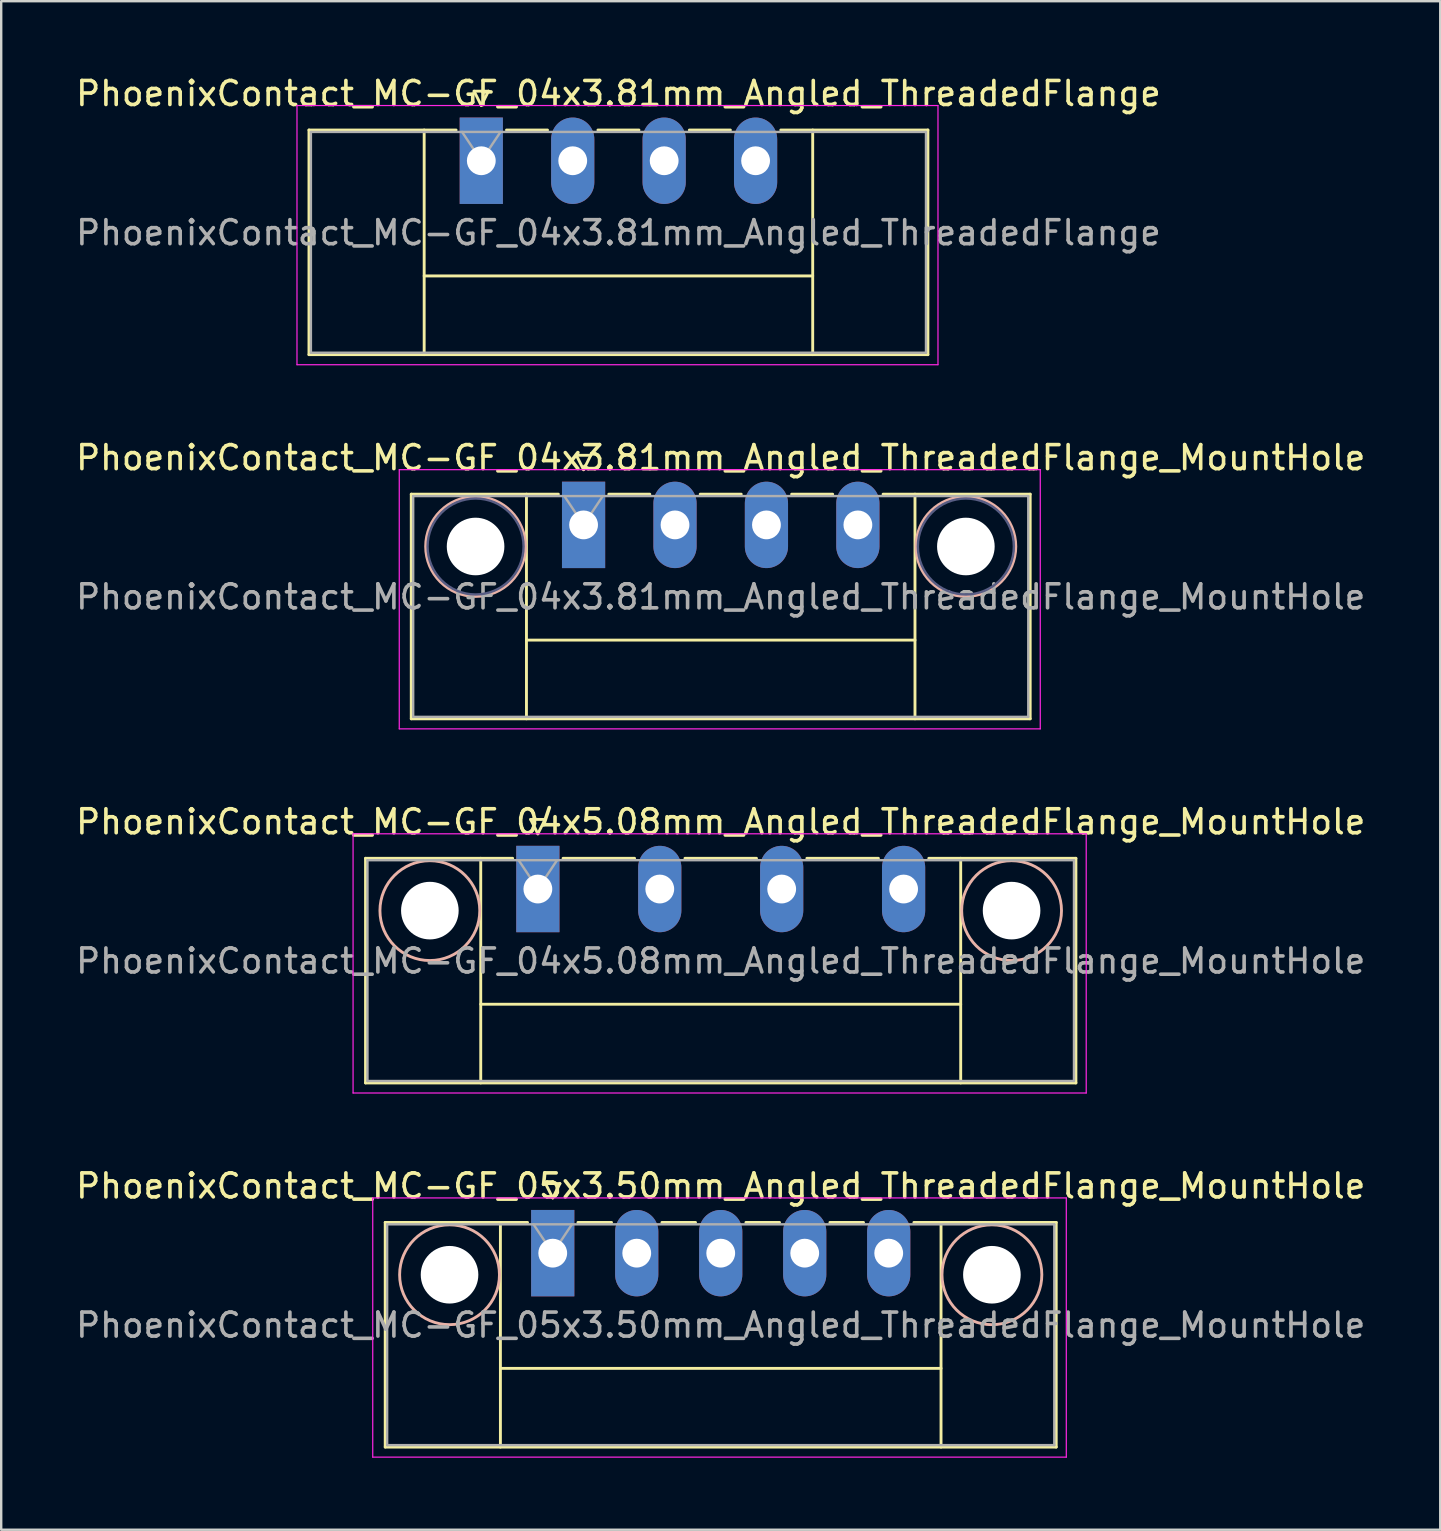
<source format=kicad_pcb>
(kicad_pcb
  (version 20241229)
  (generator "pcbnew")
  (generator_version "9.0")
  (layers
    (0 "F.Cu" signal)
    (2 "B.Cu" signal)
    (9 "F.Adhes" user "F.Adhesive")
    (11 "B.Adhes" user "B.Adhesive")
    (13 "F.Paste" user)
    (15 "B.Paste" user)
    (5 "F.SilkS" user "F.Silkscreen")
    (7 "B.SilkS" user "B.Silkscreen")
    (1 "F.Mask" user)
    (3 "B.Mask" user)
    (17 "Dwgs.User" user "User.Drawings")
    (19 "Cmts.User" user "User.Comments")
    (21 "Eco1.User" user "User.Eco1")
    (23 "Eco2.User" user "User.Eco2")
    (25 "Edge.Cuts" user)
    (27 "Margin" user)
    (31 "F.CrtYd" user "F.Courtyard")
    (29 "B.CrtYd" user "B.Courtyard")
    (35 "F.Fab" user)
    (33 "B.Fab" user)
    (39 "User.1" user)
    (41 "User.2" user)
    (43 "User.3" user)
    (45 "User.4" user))
  (footprint "PhoenixContact_MC-GF_04x3.81mm_Angled_ThreadedFlange_MountHole"
    (layer "F.Cu")
    (at 21.267 18.822)
    (property "Reference" "PhoenixContact_MC-GF_04x3.81mm_Angled_ThreadedFlange_MountHole" (at 5.715 -2.8 0) (layer "F.SilkS") (effects (font (size 1 1) (thickness 0.15))))
    (attr through_hole)
    (fp_line (start -7.18 -1.28) (end -7.18 8.08) (stroke (width 0.12) (type solid)) (layer "F.SilkS"))
    (fp_line (start -7.18 -1.28) (end -1.05 -1.28) (stroke (width 0.12) (type solid)) (layer "F.SilkS"))
    (fp_line (start -7.18 8.08) (end 18.61 8.08) (stroke (width 0.12) (type solid)) (layer "F.SilkS"))
    (fp_line (start -2.38 -1.28) (end -2.38 8.08) (stroke (width 0.12) (type solid)) (layer "F.SilkS"))
    (fp_line (start -2.38 4.8) (end 13.81 4.8) (stroke (width 0.12) (type solid)) (layer "F.SilkS"))
    (fp_line (start -0.3 -2.9) (end 0.3 -2.9) (stroke (width 0.12) (type solid)) (layer "F.SilkS"))
    (fp_line (start 0 -2.3) (end -0.3 -2.9) (stroke (width 0.12) (type solid)) (layer "F.SilkS"))
    (fp_line (start 0.3 -2.9) (end 0 -2.3) (stroke (width 0.12) (type solid)) (layer "F.SilkS"))
    (fp_line (start 1.05 -1.28) (end 2.76 -1.28) (stroke (width 0.12) (type solid)) (layer "F.SilkS"))
    (fp_line (start 4.86 -1.28) (end 6.57 -1.28) (stroke (width 0.12) (type solid)) (layer "F.SilkS"))
    (fp_line (start 8.67 -1.28) (end 10.38 -1.28) (stroke (width 0.12) (type solid)) (layer "F.SilkS"))
    (fp_line (start 13.81 -1.28) (end 13.81 8.08) (stroke (width 0.12) (type solid)) (layer "F.SilkS"))
    (fp_line (start 18.61 -1.28) (end 12.48 -1.28) (stroke (width 0.12) (type solid)) (layer "F.SilkS"))
    (fp_line (start 18.61 8.08) (end 18.61 -1.28) (stroke (width 0.12) (type solid)) (layer "F.SilkS"))
    (fp_circle (center -4.5 0.9) (end -2.42 0.9) (stroke (width 0.12) (type solid)) (fill no) (layer "B.SilkS"))
    (fp_circle (center 15.93 0.9) (end 18.01 0.9) (stroke (width 0.12) (type solid)) (fill no) (layer "B.SilkS"))
    (fp_line (start -7.68 -2.3) (end -7.68 8.5) (stroke (width 0.05) (type solid)) (layer "F.CrtYd"))
    (fp_line (start -7.68 8.5) (end 19.03 8.5) (stroke (width 0.05) (type solid)) (layer "F.CrtYd"))
    (fp_line (start 19.03 -2.3) (end -7.68 -2.3) (stroke (width 0.05) (type solid)) (layer "F.CrtYd"))
    (fp_line (start 19.03 8.5) (end 19.03 -2.3) (stroke (width 0.05) (type solid)) (layer "F.CrtYd"))
    (fp_circle (center -4.5 0.9) (end -2.5 0.9) (stroke (width 0.1) (type solid)) (fill no) (layer "B.Fab"))
    (fp_circle (center 15.93 0.9) (end 17.93 0.9) (stroke (width 0.1) (type solid)) (fill no) (layer "B.Fab"))
    (fp_line (start -7.1 -1.2) (end -7.1 8) (stroke (width 0.1) (type solid)) (layer "F.Fab"))
    (fp_line (start -7.1 8) (end 18.53 8) (stroke (width 0.1) (type solid)) (layer "F.Fab"))
    (fp_line (start 0 0) (end -0.8 -1.2) (stroke (width 0.1) (type solid)) (layer "F.Fab"))
    (fp_line (start 0.8 -1.2) (end 0 0) (stroke (width 0.1) (type solid)) (layer "F.Fab"))
    (fp_line (start 18.53 -1.2) (end -7.1 -1.2) (stroke (width 0.1) (type solid)) (layer "F.Fab"))
    (fp_line (start 18.53 8) (end 18.53 -1.2) (stroke (width 0.1) (type solid)) (layer "F.Fab"))
    (fp_text user "${REFERENCE}" (at 5.715 3 0) (layer "F.Fab") (effects (font (size 1 1) (thickness 0.15))))
    (pad "" np_thru_hole circle (at -4.5 0.9) (size 2.4 2.4) (drill 2.4) (layers "*.Cu" "*.Mask"))
    (pad "" np_thru_hole circle (at 15.93 0.9) (size 2.4 2.4) (drill 2.4) (layers "*.Cu" "*.Mask"))
    (pad "1" thru_hole rect (at 0 0) (size 1.8 3.6) (drill 1.2) (layers "*.Cu" "*.Mask"))
    (pad "2" thru_hole oval (at 3.81 0) (size 1.8 3.6) (drill 1.2) (layers "*.Cu" "*.Mask"))
    (pad "3" thru_hole oval (at 7.62 0) (size 1.8 3.6) (drill 1.2) (layers "*.Cu" "*.Mask"))
    (pad "4" thru_hole oval (at 11.43 0) (size 1.8 3.6) (drill 1.2) (layers "*.Cu" "*.Mask")))
  (footprint "PhoenixContact_MC-GF_04x3.81mm_Angled_ThreadedFlange"
    (layer "F.Cu")
    (at 17.005 3.648)
    (property "Reference" "PhoenixContact_MC-GF_04x3.81mm_Angled_ThreadedFlange" (at 5.715 -2.8 0) (layer "F.SilkS") (effects (font (size 1 1) (thickness 0.15))))
    (attr through_hole)
    (fp_line (start -7.18 -1.28) (end -7.18 8.08) (stroke (width 0.12) (type solid)) (layer "F.SilkS"))
    (fp_line (start -7.18 -1.28) (end -1.05 -1.28) (stroke (width 0.12) (type solid)) (layer "F.SilkS"))
    (fp_line (start -7.18 8.08) (end 18.61 8.08) (stroke (width 0.12) (type solid)) (layer "F.SilkS"))
    (fp_line (start -2.38 -1.28) (end -2.38 8.08) (stroke (width 0.12) (type solid)) (layer "F.SilkS"))
    (fp_line (start -2.38 4.8) (end 13.81 4.8) (stroke (width 0.12) (type solid)) (layer "F.SilkS"))
    (fp_line (start -0.3 -2.9) (end 0.3 -2.9) (stroke (width 0.12) (type solid)) (layer "F.SilkS"))
    (fp_line (start 0 -2.3) (end -0.3 -2.9) (stroke (width 0.12) (type solid)) (layer "F.SilkS"))
    (fp_line (start 0.3 -2.9) (end 0 -2.3) (stroke (width 0.12) (type solid)) (layer "F.SilkS"))
    (fp_line (start 1.05 -1.28) (end 2.76 -1.28) (stroke (width 0.12) (type solid)) (layer "F.SilkS"))
    (fp_line (start 4.86 -1.28) (end 6.57 -1.28) (stroke (width 0.12) (type solid)) (layer "F.SilkS"))
    (fp_line (start 8.67 -1.28) (end 10.38 -1.28) (stroke (width 0.12) (type solid)) (layer "F.SilkS"))
    (fp_line (start 13.81 -1.28) (end 13.81 8.08) (stroke (width 0.12) (type solid)) (layer "F.SilkS"))
    (fp_line (start 18.61 -1.28) (end 12.48 -1.28) (stroke (width 0.12) (type solid)) (layer "F.SilkS"))
    (fp_line (start 18.61 8.08) (end 18.61 -1.28) (stroke (width 0.12) (type solid)) (layer "F.SilkS"))
    (fp_line (start -7.68 -2.3) (end -7.68 8.5) (stroke (width 0.05) (type solid)) (layer "F.CrtYd"))
    (fp_line (start -7.68 8.5) (end 19.03 8.5) (stroke (width 0.05) (type solid)) (layer "F.CrtYd"))
    (fp_line (start 19.03 -2.3) (end -7.68 -2.3) (stroke (width 0.05) (type solid)) (layer "F.CrtYd"))
    (fp_line (start 19.03 8.5) (end 19.03 -2.3) (stroke (width 0.05) (type solid)) (layer "F.CrtYd"))
    (fp_line (start -7.1 -1.2) (end -7.1 8) (stroke (width 0.1) (type solid)) (layer "F.Fab"))
    (fp_line (start -7.1 8) (end 18.53 8) (stroke (width 0.1) (type solid)) (layer "F.Fab"))
    (fp_line (start 0 0) (end -0.8 -1.2) (stroke (width 0.1) (type solid)) (layer "F.Fab"))
    (fp_line (start 0.8 -1.2) (end 0 0) (stroke (width 0.1) (type solid)) (layer "F.Fab"))
    (fp_line (start 18.53 -1.2) (end -7.1 -1.2) (stroke (width 0.1) (type solid)) (layer "F.Fab"))
    (fp_line (start 18.53 8) (end 18.53 -1.2) (stroke (width 0.1) (type solid)) (layer "F.Fab"))
    (fp_text user "${REFERENCE}" (at 5.715 3 0) (layer "F.Fab") (effects (font (size 1 1) (thickness 0.15))))
    (pad "1" thru_hole rect (at 0 0) (size 1.8 3.6) (drill 1.2) (layers "*.Cu" "*.Mask"))
    (pad "2" thru_hole oval (at 3.81 0) (size 1.8 3.6) (drill 1.2) (layers "*.Cu" "*.Mask"))
    (pad "3" thru_hole oval (at 7.62 0) (size 1.8 3.6) (drill 1.2) (layers "*.Cu" "*.Mask"))
    (pad "4" thru_hole oval (at 11.43 0) (size 1.8 3.6) (drill 1.2) (layers "*.Cu" "*.Mask")))
  (footprint "PhoenixContact_MC-GF_05x3.50mm_Angled_ThreadedFlange_MountHole"
    (layer "F.Cu")
    (at 19.982 49.168)
    (property "Reference" "PhoenixContact_MC-GF_05x3.50mm_Angled_ThreadedFlange_MountHole" (at 7 -2.8 0) (layer "F.SilkS") (effects (font (size 1 1) (thickness 0.15))))
    (attr through_hole)
    (fp_line (start -6.98 -1.28) (end -6.98 8.08) (stroke (width 0.12) (type solid)) (layer "F.SilkS"))
    (fp_line (start -6.98 -1.28) (end -1.05 -1.28) (stroke (width 0.12) (type solid)) (layer "F.SilkS"))
    (fp_line (start -6.98 8.08) (end 20.98 8.08) (stroke (width 0.12) (type solid)) (layer "F.SilkS"))
    (fp_line (start -2.18 -1.28) (end -2.18 8.08) (stroke (width 0.12) (type solid)) (layer "F.SilkS"))
    (fp_line (start -2.18 4.8) (end 16.18 4.8) (stroke (width 0.12) (type solid)) (layer "F.SilkS"))
    (fp_line (start -0.3 -2.9) (end 0.3 -2.9) (stroke (width 0.12) (type solid)) (layer "F.SilkS"))
    (fp_line (start 0 -2.3) (end -0.3 -2.9) (stroke (width 0.12) (type solid)) (layer "F.SilkS"))
    (fp_line (start 0.3 -2.9) (end 0 -2.3) (stroke (width 0.12) (type solid)) (layer "F.SilkS"))
    (fp_line (start 1.05 -1.28) (end 2.45 -1.28) (stroke (width 0.12) (type solid)) (layer "F.SilkS"))
    (fp_line (start 4.55 -1.28) (end 5.95 -1.28) (stroke (width 0.12) (type solid)) (layer "F.SilkS"))
    (fp_line (start 8.05 -1.28) (end 9.45 -1.28) (stroke (width 0.12) (type solid)) (layer "F.SilkS"))
    (fp_line (start 11.55 -1.28) (end 12.95 -1.28) (stroke (width 0.12) (type solid)) (layer "F.SilkS"))
    (fp_line (start 16.18 -1.28) (end 16.18 8.08) (stroke (width 0.12) (type solid)) (layer "F.SilkS"))
    (fp_line (start 20.98 -1.28) (end 15.05 -1.28) (stroke (width 0.12) (type solid)) (layer "F.SilkS"))
    (fp_line (start 20.98 8.08) (end 20.98 -1.28) (stroke (width 0.12) (type solid)) (layer "F.SilkS"))
    (fp_circle (center -4.3 0.9) (end -2.22 0.9) (stroke (width 0.12) (type solid)) (fill no) (layer "B.SilkS"))
    (fp_circle (center 18.3 0.9) (end 20.38 0.9) (stroke (width 0.12) (type solid)) (fill no) (layer "B.SilkS"))
    (fp_line (start -7.5 -2.3) (end -7.5 8.5) (stroke (width 0.05) (type solid)) (layer "F.CrtYd"))
    (fp_line (start -7.5 8.5) (end 21.4 8.5) (stroke (width 0.05) (type solid)) (layer "F.CrtYd"))
    (fp_line (start 21.4 -2.3) (end -7.5 -2.3) (stroke (width 0.05) (type solid)) (layer "F.CrtYd"))
    (fp_line (start 21.4 8.5) (end 21.4 -2.3) (stroke (width 0.05) (type solid)) (layer "F.CrtYd"))
    (fp_line (start -6.9 -1.2) (end -6.9 8) (stroke (width 0.1) (type solid)) (layer "F.Fab"))
    (fp_line (start -6.9 8) (end 20.9 8) (stroke (width 0.1) (type solid)) (layer "F.Fab"))
    (fp_line (start 0 0) (end -0.8 -1.2) (stroke (width 0.1) (type solid)) (layer "F.Fab"))
    (fp_line (start 0.8 -1.2) (end 0 0) (stroke (width 0.1) (type solid)) (layer "F.Fab"))
    (fp_line (start 20.9 -1.2) (end -6.9 -1.2) (stroke (width 0.1) (type solid)) (layer "F.Fab"))
    (fp_line (start 20.9 8) (end 20.9 -1.2) (stroke (width 0.1) (type solid)) (layer "F.Fab"))
    (fp_text user "${REFERENCE}" (at 7 3 0) (layer "F.Fab") (effects (font (size 1 1) (thickness 0.15))))
    (pad "" np_thru_hole circle (at -4.3 0.9) (size 2.4 2.4) (drill 2.4) (layers "*.Cu" "*.Mask"))
    (pad "" np_thru_hole circle (at 18.3 0.9) (size 2.4 2.4) (drill 2.4) (layers "*.Cu" "*.Mask"))
    (pad "1" thru_hole rect (at 0 0) (size 1.8 3.6) (drill 1.2) (layers "*.Cu" "*.Mask"))
    (pad "2" thru_hole oval (at 3.5 0) (size 1.8 3.6) (drill 1.2) (layers "*.Cu" "*.Mask"))
    (pad "3" thru_hole oval (at 7 0) (size 1.8 3.6) (drill 1.2) (layers "*.Cu" "*.Mask"))
    (pad "4" thru_hole oval (at 10.5 0) (size 1.8 3.6) (drill 1.2) (layers "*.Cu" "*.Mask"))
    (pad "5" thru_hole oval (at 14 0) (size 1.8 3.6) (drill 1.2) (layers "*.Cu" "*.Mask")))
  (footprint "PhoenixContact_MC-GF_04x5.08mm_Angled_ThreadedFlange_MountHole"
    (layer "F.Cu")
    (at 19.362 33.995)
    (property "Reference" "PhoenixContact_MC-GF_04x5.08mm_Angled_ThreadedFlange_MountHole" (at 7.62 -2.8 0) (layer "F.SilkS") (effects (font (size 1 1) (thickness 0.15))))
    (attr through_hole)
    (fp_line (start -7.18 -1.28) (end -7.18 8.08) (stroke (width 0.12) (type solid)) (layer "F.SilkS"))
    (fp_line (start -7.18 -1.28) (end -1.05 -1.28) (stroke (width 0.12) (type solid)) (layer "F.SilkS"))
    (fp_line (start -7.18 8.08) (end 22.42 8.08) (stroke (width 0.12) (type solid)) (layer "F.SilkS"))
    (fp_line (start -2.38 -1.28) (end -2.38 8.08) (stroke (width 0.12) (type solid)) (layer "F.SilkS"))
    (fp_line (start -2.38 4.8) (end 17.62 4.8) (stroke (width 0.12) (type solid)) (layer "F.SilkS"))
    (fp_line (start -0.3 -2.9) (end 0.3 -2.9) (stroke (width 0.12) (type solid)) (layer "F.SilkS"))
    (fp_line (start 0 -2.3) (end -0.3 -2.9) (stroke (width 0.12) (type solid)) (layer "F.SilkS"))
    (fp_line (start 0.3 -2.9) (end 0 -2.3) (stroke (width 0.12) (type solid)) (layer "F.SilkS"))
    (fp_line (start 1.05 -1.28) (end 4.03 -1.28) (stroke (width 0.12) (type solid)) (layer "F.SilkS"))
    (fp_line (start 6.13 -1.28) (end 9.11 -1.28) (stroke (width 0.12) (type solid)) (layer "F.SilkS"))
    (fp_line (start 11.21 -1.28) (end 14.19 -1.28) (stroke (width 0.12) (type solid)) (layer "F.SilkS"))
    (fp_line (start 17.62 -1.28) (end 17.62 8.08) (stroke (width 0.12) (type solid)) (layer "F.SilkS"))
    (fp_line (start 22.42 -1.28) (end 16.29 -1.28) (stroke (width 0.12) (type solid)) (layer "F.SilkS"))
    (fp_line (start 22.42 8.08) (end 22.42 -1.28) (stroke (width 0.12) (type solid)) (layer "F.SilkS"))
    (fp_circle (center -4.5 0.9) (end -2.42 0.9) (stroke (width 0.12) (type solid)) (fill no) (layer "B.SilkS"))
    (fp_circle (center 19.74 0.9) (end 21.82 0.9) (stroke (width 0.12) (type solid)) (fill no) (layer "B.SilkS"))
    (fp_line (start -7.7 -2.3) (end -7.7 8.5) (stroke (width 0.05) (type solid)) (layer "F.CrtYd"))
    (fp_line (start -7.7 8.5) (end 22.85 8.5) (stroke (width 0.05) (type solid)) (layer "F.CrtYd"))
    (fp_line (start 22.85 -2.3) (end -7.7 -2.3) (stroke (width 0.05) (type solid)) (layer "F.CrtYd"))
    (fp_line (start 22.85 8.5) (end 22.85 -2.3) (stroke (width 0.05) (type solid)) (layer "F.CrtYd"))
    (fp_line (start -7.1 -1.2) (end -7.1 8) (stroke (width 0.1) (type solid)) (layer "F.Fab"))
    (fp_line (start -7.1 8) (end 22.34 8) (stroke (width 0.1) (type solid)) (layer "F.Fab"))
    (fp_line (start 0 0) (end -0.8 -1.2) (stroke (width 0.1) (type solid)) (layer "F.Fab"))
    (fp_line (start 0.8 -1.2) (end 0 0) (stroke (width 0.1) (type solid)) (layer "F.Fab"))
    (fp_line (start 22.34 -1.2) (end -7.1 -1.2) (stroke (width 0.1) (type solid)) (layer "F.Fab"))
    (fp_line (start 22.34 8) (end 22.34 -1.2) (stroke (width 0.1) (type solid)) (layer "F.Fab"))
    (fp_text user "${REFERENCE}" (at 7.62 3 0) (layer "F.Fab") (effects (font (size 1 1) (thickness 0.15))))
    (pad "" np_thru_hole circle (at -4.5 0.9) (size 2.4 2.4) (drill 2.4) (layers "*.Cu" "*.Mask"))
    (pad "" np_thru_hole circle (at 19.74 0.9) (size 2.4 2.4) (drill 2.4) (layers "*.Cu" "*.Mask"))
    (pad "1" thru_hole rect (at 0 0) (size 1.8 3.6) (drill 1.2) (layers "*.Cu" "*.Mask"))
    (pad "2" thru_hole oval (at 5.08 0) (size 1.8 3.6) (drill 1.2) (layers "*.Cu" "*.Mask"))
    (pad "3" thru_hole oval (at 10.16 0) (size 1.8 3.6) (drill 1.2) (layers "*.Cu" "*.Mask"))
    (pad "4" thru_hole oval (at 15.24 0) (size 1.8 3.6) (drill 1.2) (layers "*.Cu" "*.Mask")))
  (gr_rect
    (start -3 -3)
    (end 56.964 60.693)
    (stroke (width 0.1) (type default))
    (fill no)
    (layer "Edge.Cuts")))
</source>
